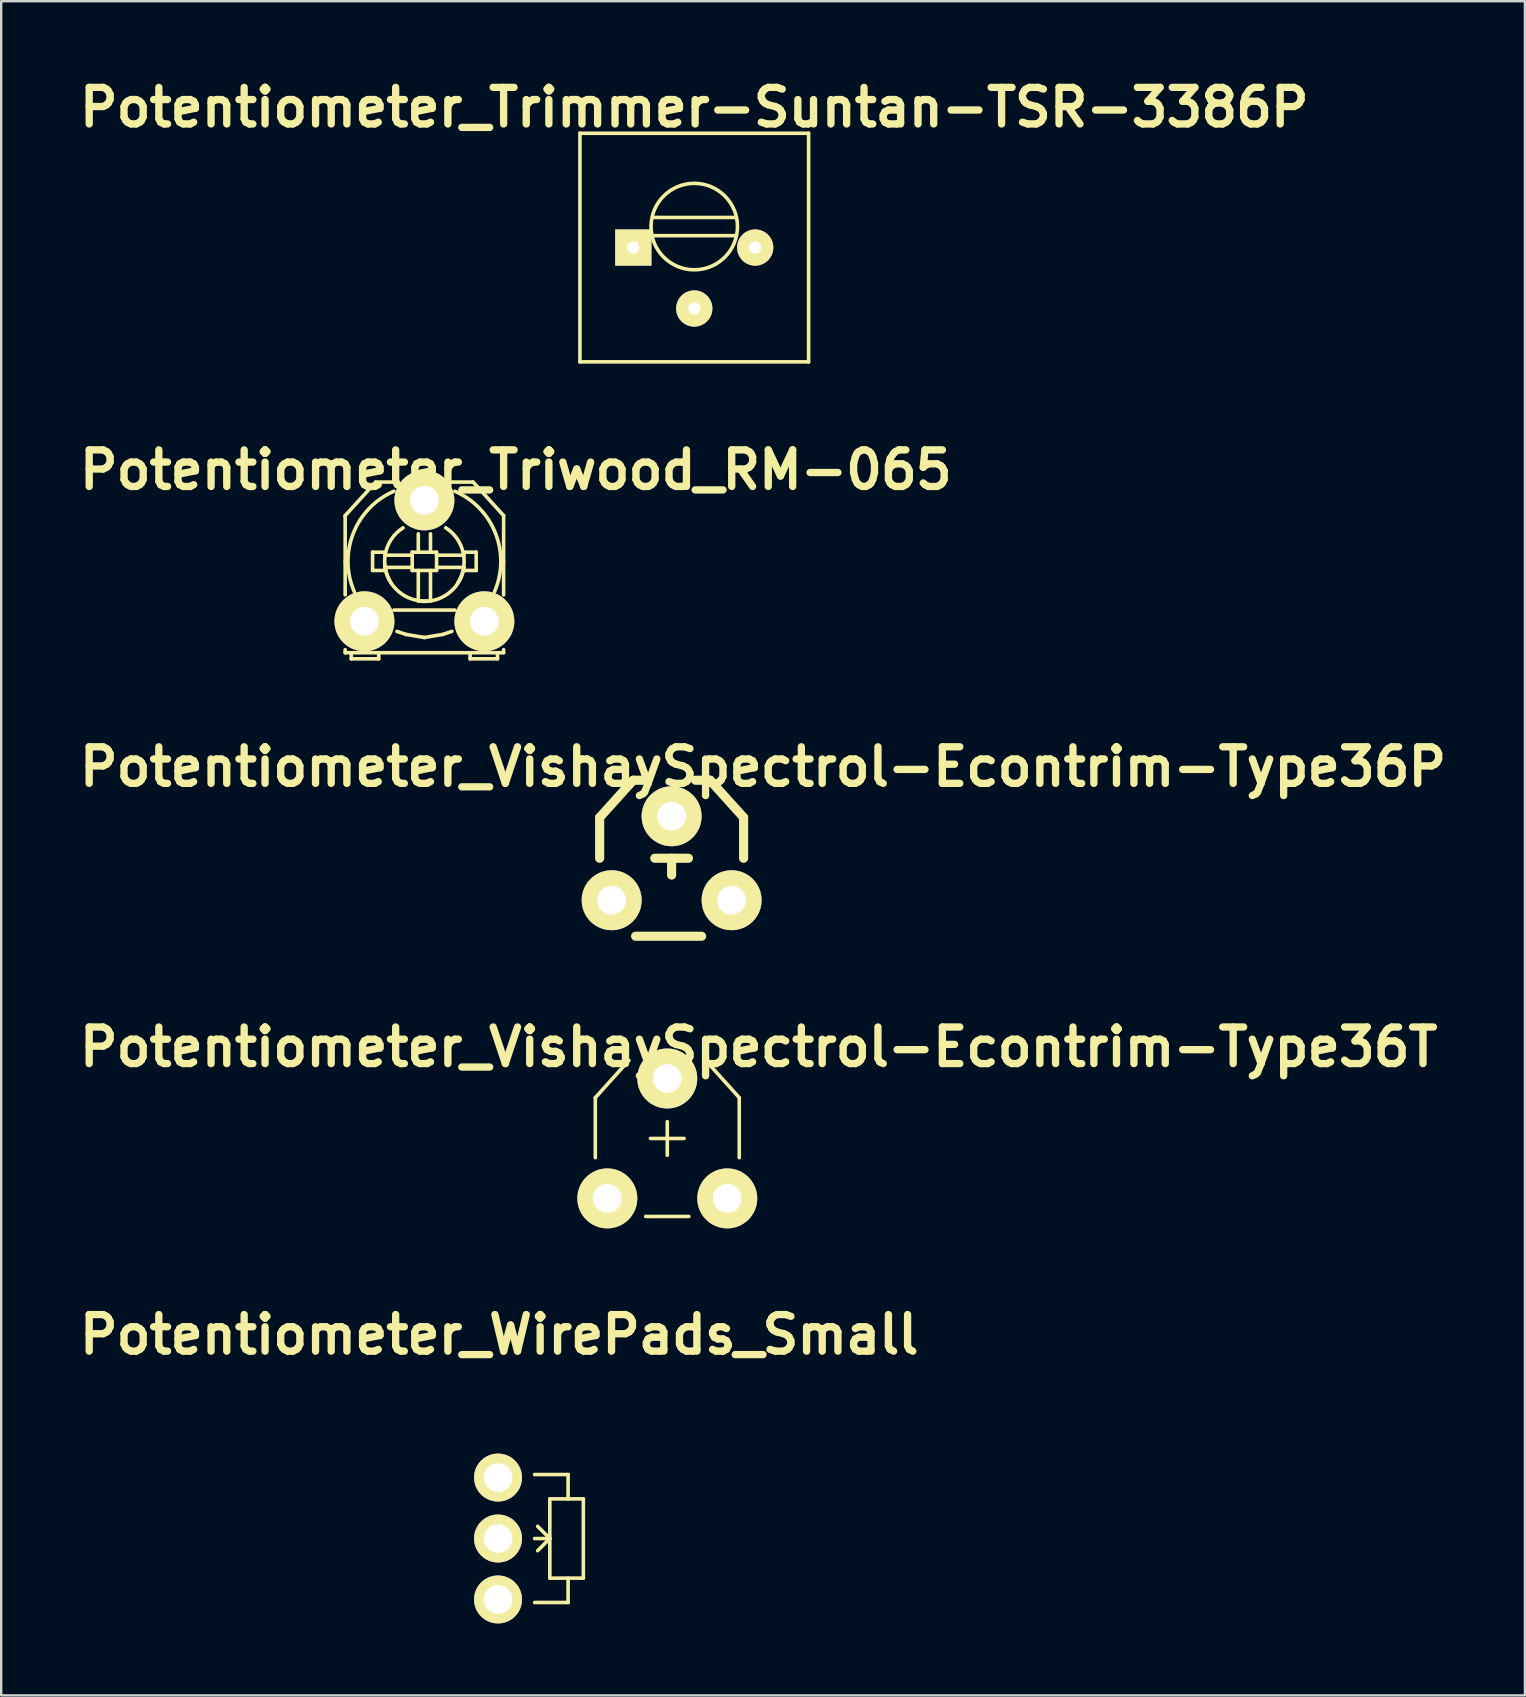
<source format=kicad_pcb>
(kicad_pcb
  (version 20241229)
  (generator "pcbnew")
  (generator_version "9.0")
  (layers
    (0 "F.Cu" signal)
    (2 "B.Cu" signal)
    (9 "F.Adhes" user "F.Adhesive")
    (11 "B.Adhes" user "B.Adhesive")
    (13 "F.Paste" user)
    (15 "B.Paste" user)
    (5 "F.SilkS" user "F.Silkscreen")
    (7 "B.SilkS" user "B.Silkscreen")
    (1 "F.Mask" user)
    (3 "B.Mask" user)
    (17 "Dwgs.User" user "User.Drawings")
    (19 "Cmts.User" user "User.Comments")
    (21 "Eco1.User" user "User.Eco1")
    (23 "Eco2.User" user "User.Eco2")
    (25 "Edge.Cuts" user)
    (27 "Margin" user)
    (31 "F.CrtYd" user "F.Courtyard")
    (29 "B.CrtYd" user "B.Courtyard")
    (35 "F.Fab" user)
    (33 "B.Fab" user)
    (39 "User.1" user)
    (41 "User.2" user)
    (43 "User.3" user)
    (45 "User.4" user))
  (footprint "Potentiometer_Triwood_RM-065"
    (layer "F.Cu")
    (at 14.638 20.345)
    (property "Reference" "Potentiometer_Triwood_RM-065" (at 3.81 -3.81 0) (layer "F.SilkS") (effects (font (size 1.524 1.524) (thickness 0.305))))
    (attr through_hole)
    (fp_line (start -3.302 -1.905) (end -3.302 0) (stroke (width 0.15) (type solid)) (layer "F.SilkS"))
    (fp_line (start -3.302 0) (end -3.302 1.397) (stroke (width 0.15) (type solid)) (layer "F.SilkS"))
    (fp_line (start -3.302 3.81) (end -3.302 3.683) (stroke (width 0.15) (type solid)) (layer "F.SilkS"))
    (fp_line (start -3.302 3.81) (end 3.302 3.81) (stroke (width 0.15) (type solid)) (layer "F.SilkS"))
    (fp_line (start -3.048 3.81) (end -3.048 4.064) (stroke (width 0.15) (type solid)) (layer "F.SilkS"))
    (fp_line (start -3.048 4.064) (end -1.905 4.064) (stroke (width 0.15) (type solid)) (layer "F.SilkS"))
    (fp_line (start -2.159 -0.381) (end -2.159 0.381) (stroke (width 0.15) (type solid)) (layer "F.SilkS"))
    (fp_line (start -2.159 0.381) (end -1.651 0.381) (stroke (width 0.15) (type solid)) (layer "F.SilkS"))
    (fp_line (start -2.032 -3.302) (end -3.302 -1.905) (stroke (width 0.15) (type solid)) (layer "F.SilkS"))
    (fp_line (start -1.905 4.064) (end -1.905 3.81) (stroke (width 0.15) (type solid)) (layer "F.SilkS"))
    (fp_line (start -1.651 -0.381) (end -2.159 -0.381) (stroke (width 0.15) (type solid)) (layer "F.SilkS"))
    (fp_line (start -1.27 2.032) (end 1.27 2.032) (stroke (width 0.15) (type solid)) (layer "F.SilkS"))
    (fp_line (start -1.143 -3.302) (end -2.032 -3.302) (stroke (width 0.15) (type solid)) (layer "F.SilkS"))
    (fp_line (start -1.143 2.921) (end -0.762 3.048) (stroke (width 0.15) (type solid)) (layer "F.SilkS"))
    (fp_line (start -0.762 3.048) (end 0 3.175) (stroke (width 0.15) (type solid)) (layer "F.SilkS"))
    (fp_line (start -0.508 -0.381) (end -0.508 0.381) (stroke (width 0.15) (type solid)) (layer "F.SilkS"))
    (fp_line (start -0.508 -0.254) (end -1.651 -0.254) (stroke (width 0.15) (type solid)) (layer "F.SilkS"))
    (fp_line (start -0.508 0.254) (end -1.651 0.254) (stroke (width 0.15) (type solid)) (layer "F.SilkS"))
    (fp_line (start -0.508 0.381) (end 0.508 0.381) (stroke (width 0.15) (type solid)) (layer "F.SilkS"))
    (fp_line (start -0.254 -0.381) (end -0.254 -1.143) (stroke (width 0.15) (type solid)) (layer "F.SilkS"))
    (fp_line (start -0.254 0.381) (end -0.254 1.651) (stroke (width 0.15) (type solid)) (layer "F.SilkS"))
    (fp_line (start 0 3.175) (end 0.762 3.048) (stroke (width 0.15) (type solid)) (layer "F.SilkS"))
    (fp_line (start 0.254 -0.381) (end 0.254 -1.143) (stroke (width 0.15) (type solid)) (layer "F.SilkS"))
    (fp_line (start 0.254 0.381) (end 0.254 1.651) (stroke (width 0.15) (type solid)) (layer "F.SilkS"))
    (fp_line (start 0.508 -0.381) (end -0.508 -0.381) (stroke (width 0.15) (type solid)) (layer "F.SilkS"))
    (fp_line (start 0.508 -0.254) (end 1.651 -0.254) (stroke (width 0.15) (type solid)) (layer "F.SilkS"))
    (fp_line (start 0.508 0.254) (end 1.651 0.254) (stroke (width 0.15) (type solid)) (layer "F.SilkS"))
    (fp_line (start 0.508 0.381) (end 0.508 -0.381) (stroke (width 0.15) (type solid)) (layer "F.SilkS"))
    (fp_line (start 0.762 3.048) (end 1.143 2.921) (stroke (width 0.15) (type solid)) (layer "F.SilkS"))
    (fp_line (start 1.651 -0.381) (end 2.159 -0.381) (stroke (width 0.15) (type solid)) (layer "F.SilkS"))
    (fp_line (start 1.905 4.064) (end 1.905 3.81) (stroke (width 0.15) (type solid)) (layer "F.SilkS"))
    (fp_line (start 2.032 -3.302) (end 1.143 -3.302) (stroke (width 0.15) (type solid)) (layer "F.SilkS"))
    (fp_line (start 2.032 -3.302) (end 3.302 -1.905) (stroke (width 0.15) (type solid)) (layer "F.SilkS"))
    (fp_line (start 2.159 -0.381) (end 2.159 0.381) (stroke (width 0.15) (type solid)) (layer "F.SilkS"))
    (fp_line (start 2.159 0.381) (end 1.651 0.381) (stroke (width 0.15) (type solid)) (layer "F.SilkS"))
    (fp_line (start 3.048 3.81) (end 3.048 4.064) (stroke (width 0.15) (type solid)) (layer "F.SilkS"))
    (fp_line (start 3.048 4.064) (end 1.905 4.064) (stroke (width 0.15) (type solid)) (layer "F.SilkS"))
    (fp_line (start 3.302 -1.905) (end 3.302 0) (stroke (width 0.15) (type solid)) (layer "F.SilkS"))
    (fp_line (start 3.302 0) (end 3.302 1.397) (stroke (width 0.15) (type solid)) (layer "F.SilkS"))
    (fp_line (start 3.302 3.81) (end 3.302 3.683) (stroke (width 0.15) (type solid)) (layer "F.SilkS"))
    (fp_arc (start -2.921 1.27) (mid -2.963485 -1.167433) (end -1.27 -2.921) (stroke (width 0.15) (type solid)) (layer "F.SilkS"))
    (fp_arc (start -1.397 0.889) (mid -1.616446 -0.35921) (end -0.889 -1.397) (stroke (width 0.15) (type solid)) (layer "F.SilkS"))
    (fp_arc (start 0.127 1.651) (mid -1.077631 1.257236) (end -1.651 0.127) (stroke (width 0.15) (type solid)) (layer "F.SilkS"))
    (fp_arc (start 0.889 -1.397) (mid 1.616446 -0.35921) (end 1.397 0.889) (stroke (width 0.15) (type solid)) (layer "F.SilkS"))
    (fp_arc (start 1.27 -2.921) (mid 2.963485 -1.167433) (end 2.921 1.27) (stroke (width 0.15) (type solid)) (layer "F.SilkS"))
    (fp_arc (start 1.651 0.254) (mid 0.987828 1.347038) (end -0.254 1.651) (stroke (width 0.15) (type solid)) (layer "F.SilkS"))
    (pad "1" thru_hole circle (at -2.499 2.499) (size 2.499 2.499) (drill 1.199) (layers "*.Cu" "*.Mask" "F.SilkS"))
    (pad "2" thru_hole circle (at 0 -2.54) (size 2.499 2.499) (drill 1.199) (layers "*.Cu" "*.Mask" "F.SilkS"))
    (pad "3" thru_hole circle (at 2.499 2.499) (size 2.499 2.499) (drill 1.199) (layers "*.Cu" "*.Mask" "F.SilkS")))
  (footprint "Potentiometer_VishaySpectrol-Econtrim-Type36P"
    (layer "F.Cu")
    (at 22.443 34.47)
    (property "Reference" "Potentiometer_VishaySpectrol-Econtrim-Type36P" (at 6.309 -5.56 0) (layer "F.SilkS") (effects (font (size 1.524 1.524) (thickness 0.305))))
    (attr through_hole)
    (fp_line (start -0.5 -3.449) (end -0.5 -1.75) (stroke (width 0.381) (type solid)) (layer "F.SilkS"))
    (fp_line (start 0.899 -5.001) (end -0.5 -3.449) (stroke (width 0.381) (type solid)) (layer "F.SilkS"))
    (fp_line (start 0.899 -5.001) (end 1.499 -5.001) (stroke (width 0.381) (type solid)) (layer "F.SilkS"))
    (fp_line (start 0.998 1.501) (end 3.749 1.501) (stroke (width 0.381) (type solid)) (layer "F.SilkS"))
    (fp_line (start 1.798 -1.75) (end 3.2 -1.75) (stroke (width 0.381) (type solid)) (layer "F.SilkS"))
    (fp_line (start 2.499 -1.75) (end 2.499 -1.049) (stroke (width 0.381) (type solid)) (layer "F.SilkS"))
    (fp_line (start 4.1 -5.001) (end 3.5 -5.001) (stroke (width 0.381) (type solid)) (layer "F.SilkS"))
    (fp_line (start 4.1 -5.001) (end 5.499 -3.449) (stroke (width 0.381) (type solid)) (layer "F.SilkS"))
    (fp_line (start 5.499 -3.449) (end 5.499 -1.75) (stroke (width 0.381) (type solid)) (layer "F.SilkS"))
    (pad "1" thru_hole circle (at 0 0) (size 2.499 2.499) (drill 1.199) (layers "*.Cu" "*.Mask" "F.SilkS"))
    (pad "2" thru_hole circle (at 2.499 -3.5) (size 2.499 2.499) (drill 1.199) (layers "*.Cu" "*.Mask" "F.SilkS"))
    (pad "3" thru_hole circle (at 4.999 0) (size 2.499 2.499) (drill 1.199) (layers "*.Cu" "*.Mask" "F.SilkS")))
  (footprint "Potentiometer_WirePads_Small"
    (layer "F.Cu")
    (at 17.707 58.533)
    (property "Reference" "Potentiometer_WirePads_Small" (at 0.051 -5.959 0) (layer "F.SilkS") (effects (font (size 1.524 1.524) (thickness 0.305))))
    (attr through_hole)
    (fp_line (start 2.159 0.889) (end 3.556 0.889) (stroke (width 0.15) (type solid)) (layer "F.SilkS"))
    (fp_line (start 2.159 2.54) (end 1.524 2.54) (stroke (width 0.15) (type solid)) (layer "F.SilkS"))
    (fp_line (start 2.159 2.54) (end 1.651 2.032) (stroke (width 0.15) (type solid)) (layer "F.SilkS"))
    (fp_line (start 2.159 2.54) (end 1.651 3.048) (stroke (width 0.15) (type solid)) (layer "F.SilkS"))
    (fp_line (start 2.159 4.191) (end 2.159 0.889) (stroke (width 0.15) (type solid)) (layer "F.SilkS"))
    (fp_line (start 2.921 -0.127) (end 1.524 -0.127) (stroke (width 0.15) (type solid)) (layer "F.SilkS"))
    (fp_line (start 2.921 0.889) (end 2.921 -0.127) (stroke (width 0.15) (type solid)) (layer "F.SilkS"))
    (fp_line (start 2.921 4.191) (end 2.921 5.207) (stroke (width 0.15) (type solid)) (layer "F.SilkS"))
    (fp_line (start 2.921 5.207) (end 1.524 5.207) (stroke (width 0.15) (type solid)) (layer "F.SilkS"))
    (fp_line (start 3.556 0.889) (end 3.556 4.191) (stroke (width 0.15) (type solid)) (layer "F.SilkS"))
    (fp_line (start 3.556 4.191) (end 2.159 4.191) (stroke (width 0.15) (type solid)) (layer "F.SilkS"))
    (pad "1" thru_hole circle (at 0 0) (size 1.999 1.999) (drill 1.199) (layers "*.Cu" "*.Mask" "F.SilkS"))
    (pad "2" thru_hole circle (at 0 2.54) (size 1.999 1.999) (drill 1.199) (layers "*.Cu" "*.Mask" "F.SilkS"))
    (pad "3" thru_hole circle (at 0 5.08) (size 1.999 1.999) (drill 1.199) (layers "*.Cu" "*.Mask" "F.SilkS")))
  (footprint "Potentiometer_Trimmer-Suntan-TSR-3386P"
    (layer "F.Cu")
    (at 23.346 7.268)
    (property "Reference" "Potentiometer_Trimmer-Suntan-TSR-3386P" (at 2.54 -5.842 0) (layer "F.SilkS") (effects (font (size 1.524 1.524) (thickness 0.305))))
    (attr through_hole)
    (fp_line (start -2.225 -4.765) (end 7.305 -4.765) (stroke (width 0.15) (type solid)) (layer "F.SilkS"))
    (fp_line (start -2.225 4.765) (end -2.225 -4.765) (stroke (width 0.15) (type solid)) (layer "F.SilkS"))
    (fp_line (start 0.84 -1.255) (end 4.24 -1.255) (stroke (width 0.15) (type solid)) (layer "F.SilkS"))
    (fp_line (start 0.84 -0.495) (end 4.24 -0.495) (stroke (width 0.15) (type solid)) (layer "F.SilkS"))
    (fp_line (start 7.305 -4.765) (end 7.305 4.765) (stroke (width 0.15) (type solid)) (layer "F.SilkS"))
    (fp_line (start 7.305 4.765) (end -2.225 4.765) (stroke (width 0.15) (type solid)) (layer "F.SilkS"))
    (fp_circle (center 2.54 -0.875) (end 4.115 0) (stroke (width 0.15) (type solid)) (fill no) (layer "F.SilkS"))
    (pad "1" thru_hole rect (at 0 0) (size 1.51 1.51) (drill 0.51) (layers "*.Cu" "*.Mask" "F.SilkS"))
    (pad "2" thru_hole circle (at 2.54 2.54) (size 1.51 1.51) (drill 0.51) (layers "*.Cu" "*.Mask" "F.SilkS"))
    (pad "3" thru_hole circle (at 5.08 0) (size 1.51 1.51) (drill 0.51) (layers "*.Cu" "*.Mask" "F.SilkS")))
  (footprint "Potentiometer_VishaySpectrol-Econtrim-Type36T"
    (layer "F.Cu")
    (at 22.262 46.898)
    (property "Reference" "Potentiometer_VishaySpectrol-Econtrim-Type36T" (at 6.309 -6.309 0) (layer "F.SilkS") (effects (font (size 1.524 1.524) (thickness 0.305))))
    (attr through_hole)
    (fp_line (start -0.5 -4.199) (end -0.5 -1.699) (stroke (width 0.15) (type solid)) (layer "F.SilkS"))
    (fp_line (start 0.899 -5.751) (end -0.5 -4.199) (stroke (width 0.15) (type solid)) (layer "F.SilkS"))
    (fp_line (start 1.6 0.752) (end 3.399 0.752) (stroke (width 0.15) (type solid)) (layer "F.SilkS"))
    (fp_line (start 1.798 -2.499) (end 3.2 -2.499) (stroke (width 0.15) (type solid)) (layer "F.SilkS"))
    (fp_line (start 2.499 -1.798) (end 2.499 -3.2) (stroke (width 0.15) (type solid)) (layer "F.SilkS"))
    (fp_line (start 4.1 -5.751) (end 5.499 -4.199) (stroke (width 0.15) (type solid)) (layer "F.SilkS"))
    (fp_line (start 5.499 -4.199) (end 5.499 -1.699) (stroke (width 0.15) (type solid)) (layer "F.SilkS"))
    (pad "1" thru_hole circle (at 0 0) (size 2.499 2.499) (drill 1.199) (layers "*.Cu" "*.Mask" "F.SilkS"))
    (pad "2" thru_hole circle (at 2.499 -4.999) (size 2.499 2.499) (drill 1.199) (layers "*.Cu" "*.Mask" "F.SilkS"))
    (pad "3" thru_hole circle (at 4.999 0) (size 2.499 2.499) (drill 1.199) (layers "*.Cu" "*.Mask" "F.SilkS")))
  (gr_rect
    (start -3 -3)
    (end 60.506 67.612)
    (stroke (width 0.1) (type default))
    (fill no)
    (layer "Edge.Cuts")))
</source>
